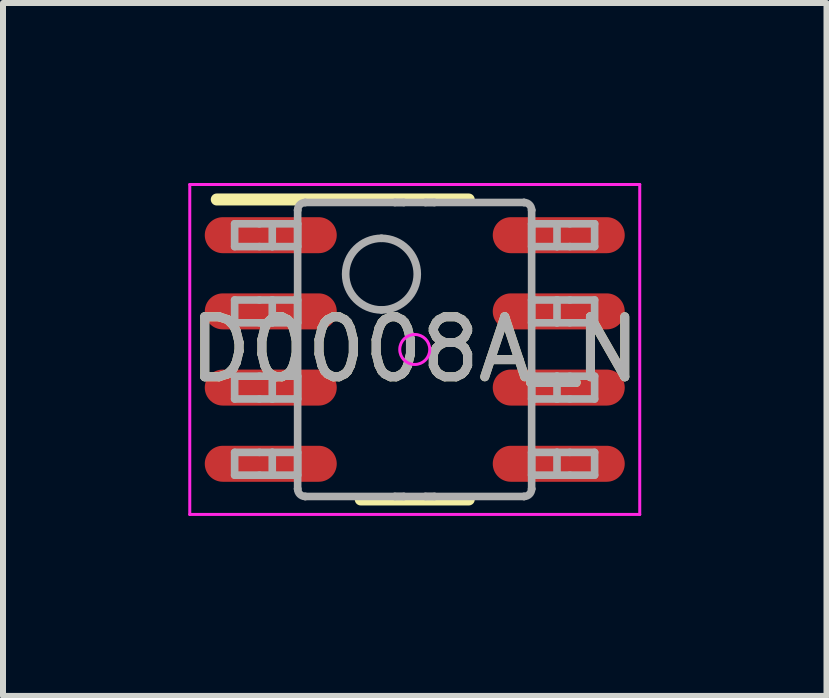
<source format=kicad_pcb>
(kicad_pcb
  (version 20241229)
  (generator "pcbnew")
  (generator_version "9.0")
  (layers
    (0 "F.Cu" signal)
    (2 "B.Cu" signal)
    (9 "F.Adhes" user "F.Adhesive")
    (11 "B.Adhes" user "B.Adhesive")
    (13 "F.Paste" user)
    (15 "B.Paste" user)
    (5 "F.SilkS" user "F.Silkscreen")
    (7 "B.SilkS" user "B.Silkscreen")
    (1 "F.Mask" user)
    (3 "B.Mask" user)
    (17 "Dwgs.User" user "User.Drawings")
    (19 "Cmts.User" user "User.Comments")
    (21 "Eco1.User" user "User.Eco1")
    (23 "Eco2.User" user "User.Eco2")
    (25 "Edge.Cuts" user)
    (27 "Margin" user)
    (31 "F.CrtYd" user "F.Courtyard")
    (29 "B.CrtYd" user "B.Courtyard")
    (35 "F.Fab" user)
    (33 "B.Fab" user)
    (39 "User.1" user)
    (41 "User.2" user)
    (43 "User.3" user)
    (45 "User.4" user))
  (footprint "D0008A_N"
    (layer "F.Cu")
    (at 3.863 2.775)
    (property "Reference" "D0008A_N" (at 0 0 0) (unlocked yes) (layer "F.SilkS") (effects (font (size 1 1) (thickness 0.15))))
    (attr smd)
    (fp_line (start -3.3 -2.5) (end 0.9 -2.5) (stroke (width 0.2) (type solid)) (layer "F.SilkS"))
    (fp_line (start -0.9 2.5) (end 0.9 2.5) (stroke (width 0.2) (type solid)) (layer "F.SilkS"))
    (fp_line (start -3.75 -2.75) (end 3.75 -2.75) (stroke (width 0.05) (type solid)) (layer "F.CrtYd"))
    (fp_line (start -3.75 2.75) (end -3.75 -2.75) (stroke (width 0.05) (type solid)) (layer "F.CrtYd"))
    (fp_line (start -3.75 2.75) (end 3.75 2.75) (stroke (width 0.05) (type solid)) (layer "F.CrtYd"))
    (fp_line (start 3.75 2.75) (end 3.75 -2.75) (stroke (width 0.05) (type solid)) (layer "F.CrtYd"))
    (fp_circle (center 0 0) (end 0 -0.25) (stroke (width 0.05) (type default)) (fill no) (layer "F.CrtYd"))
    (fp_line (start -3.002 -2.095) (end -2.589 -2.095) (stroke (width 0.127) (type solid)) (layer "F.Fab"))
    (fp_line (start -3.002 -1.715) (end -3.002 -2.095) (stroke (width 0.127) (type solid)) (layer "F.Fab"))
    (fp_line (start -3.002 -1.715) (end -2.589 -1.715) (stroke (width 0.127) (type solid)) (layer "F.Fab"))
    (fp_line (start -3.002 -0.825) (end -2.589 -0.825) (stroke (width 0.127) (type solid)) (layer "F.Fab"))
    (fp_line (start -3.002 -0.445) (end -3.002 -0.825) (stroke (width 0.127) (type solid)) (layer "F.Fab"))
    (fp_line (start -3.002 -0.445) (end -2.589 -0.445) (stroke (width 0.127) (type solid)) (layer "F.Fab"))
    (fp_line (start -3.002 0.445) (end -2.589 0.445) (stroke (width 0.127) (type solid)) (layer "F.Fab"))
    (fp_line (start -3.002 0.825) (end -3.002 0.445) (stroke (width 0.127) (type solid)) (layer "F.Fab"))
    (fp_line (start -3.002 0.825) (end -2.589 0.825) (stroke (width 0.127) (type solid)) (layer "F.Fab"))
    (fp_line (start -3.002 1.715) (end -2.589 1.715) (stroke (width 0.127) (type solid)) (layer "F.Fab"))
    (fp_line (start -3.002 2.095) (end -3.002 1.715) (stroke (width 0.127) (type solid)) (layer "F.Fab"))
    (fp_line (start -3.002 2.095) (end -2.589 2.095) (stroke (width 0.127) (type solid)) (layer "F.Fab"))
    (fp_line (start -2.589 -2.095) (end -2.375 -2.095) (stroke (width 0.127) (type solid)) (layer "F.Fab"))
    (fp_line (start -2.589 -1.715) (end -2.375 -1.715) (stroke (width 0.127) (type solid)) (layer "F.Fab"))
    (fp_line (start -2.589 -0.825) (end -2.375 -0.825) (stroke (width 0.127) (type solid)) (layer "F.Fab"))
    (fp_line (start -2.589 -0.445) (end -2.375 -0.445) (stroke (width 0.127) (type solid)) (layer "F.Fab"))
    (fp_line (start -2.589 0.445) (end -2.375 0.445) (stroke (width 0.127) (type solid)) (layer "F.Fab"))
    (fp_line (start -2.589 0.825) (end -2.375 0.825) (stroke (width 0.127) (type solid)) (layer "F.Fab"))
    (fp_line (start -2.589 1.715) (end -2.375 1.715) (stroke (width 0.127) (type solid)) (layer "F.Fab"))
    (fp_line (start -2.589 2.095) (end -2.375 2.095) (stroke (width 0.127) (type solid)) (layer "F.Fab"))
    (fp_line (start -2.375 -2.095) (end -1.995 -2.095) (stroke (width 0.127) (type solid)) (layer "F.Fab"))
    (fp_line (start -2.375 -1.715) (end -2.375 -2.095) (stroke (width 0.127) (type solid)) (layer "F.Fab"))
    (fp_line (start -2.375 -1.715) (end -1.995 -1.715) (stroke (width 0.127) (type solid)) (layer "F.Fab"))
    (fp_line (start -2.375 -0.825) (end -1.995 -0.825) (stroke (width 0.127) (type solid)) (layer "F.Fab"))
    (fp_line (start -2.375 -0.445) (end -2.375 -0.825) (stroke (width 0.127) (type solid)) (layer "F.Fab"))
    (fp_line (start -2.375 -0.445) (end -1.995 -0.445) (stroke (width 0.127) (type solid)) (layer "F.Fab"))
    (fp_line (start -2.375 0.445) (end -1.995 0.445) (stroke (width 0.127) (type solid)) (layer "F.Fab"))
    (fp_line (start -2.375 0.825) (end -2.375 0.445) (stroke (width 0.127) (type solid)) (layer "F.Fab"))
    (fp_line (start -2.375 0.825) (end -1.995 0.825) (stroke (width 0.127) (type solid)) (layer "F.Fab"))
    (fp_line (start -2.375 1.715) (end -1.995 1.715) (stroke (width 0.127) (type solid)) (layer "F.Fab"))
    (fp_line (start -2.375 2.095) (end -2.375 1.715) (stroke (width 0.127) (type solid)) (layer "F.Fab"))
    (fp_line (start -2.375 2.095) (end -1.995 2.095) (stroke (width 0.127) (type solid)) (layer "F.Fab"))
    (fp_line (start -1.995 -2.095) (end -1.952 -2.095) (stroke (width 0.127) (type solid)) (layer "F.Fab"))
    (fp_line (start -1.995 -1.715) (end -1.952 -1.715) (stroke (width 0.127) (type solid)) (layer "F.Fab"))
    (fp_line (start -1.995 -0.825) (end -1.952 -0.825) (stroke (width 0.127) (type solid)) (layer "F.Fab"))
    (fp_line (start -1.995 -0.445) (end -1.952 -0.445) (stroke (width 0.127) (type solid)) (layer "F.Fab"))
    (fp_line (start -1.995 0.445) (end -1.952 0.445) (stroke (width 0.127) (type solid)) (layer "F.Fab"))
    (fp_line (start -1.995 0.825) (end -1.952 0.825) (stroke (width 0.127) (type solid)) (layer "F.Fab"))
    (fp_line (start -1.995 1.715) (end -1.952 1.715) (stroke (width 0.127) (type solid)) (layer "F.Fab"))
    (fp_line (start -1.995 2.095) (end -1.952 2.095) (stroke (width 0.127) (type solid)) (layer "F.Fab"))
    (fp_line (start -1.952 -2.323) (end -1.952 -2.324) (stroke (width 0.127) (type solid)) (layer "F.Fab"))
    (fp_line (start -1.952 -1.715) (end -1.952 -2.095) (stroke (width 0.127) (type solid)) (layer "F.Fab"))
    (fp_line (start -1.952 -0.445) (end -1.952 -0.825) (stroke (width 0.127) (type solid)) (layer "F.Fab"))
    (fp_line (start -1.952 0.825) (end -1.952 0.445) (stroke (width 0.127) (type solid)) (layer "F.Fab"))
    (fp_line (start -1.952 2.095) (end -1.952 1.715) (stroke (width 0.127) (type solid)) (layer "F.Fab"))
    (fp_line (start -1.952 2.323) (end -1.952 -2.323) (stroke (width 0.127) (type solid)) (layer "F.Fab"))
    (fp_line (start -1.952 2.324) (end -1.952 2.323) (stroke (width 0.127) (type solid)) (layer "F.Fab"))
    (fp_line (start -1.826 -2.45) (end -1.825 -2.45) (stroke (width 0.127) (type solid)) (layer "F.Fab"))
    (fp_line (start -1.826 2.45) (end -1.825 2.45) (stroke (width 0.127) (type solid)) (layer "F.Fab"))
    (fp_line (start -1.825 -2.45) (end -0.332 -2.45) (stroke (width 0.127) (type solid)) (layer "F.Fab"))
    (fp_line (start -1.825 2.45) (end -0.332 2.45) (stroke (width 0.127) (type solid)) (layer "F.Fab"))
    (fp_line (start -0.332 -2.45) (end -0.182 -2.45) (stroke (width 0.127) (type solid)) (layer "F.Fab"))
    (fp_line (start -0.332 -2.45) (end -0.182 -2.45) (stroke (width 0.127) (type solid)) (layer "F.Fab"))
    (fp_line (start -0.332 2.45) (end -0.182 2.45) (stroke (width 0.127) (type solid)) (layer "F.Fab"))
    (fp_line (start -0.332 2.45) (end -0.182 2.45) (stroke (width 0.127) (type solid)) (layer "F.Fab"))
    (fp_line (start -0.182 -2.45) (end 0.178 -2.45) (stroke (width 0.127) (type solid)) (layer "F.Fab"))
    (fp_line (start -0.182 2.45) (end 0.178 2.45) (stroke (width 0.127) (type solid)) (layer "F.Fab"))
    (fp_line (start 0.178 -2.45) (end 0.328 -2.45) (stroke (width 0.127) (type solid)) (layer "F.Fab"))
    (fp_line (start 0.178 -2.45) (end 0.328 -2.45) (stroke (width 0.127) (type solid)) (layer "F.Fab"))
    (fp_line (start 0.178 2.45) (end 0.328 2.45) (stroke (width 0.127) (type solid)) (layer "F.Fab"))
    (fp_line (start 0.178 2.45) (end 0.328 2.45) (stroke (width 0.127) (type solid)) (layer "F.Fab"))
    (fp_line (start 0.328 -2.45) (end 1.821 -2.45) (stroke (width 0.127) (type solid)) (layer "F.Fab"))
    (fp_line (start 0.328 2.45) (end 1.821 2.45) (stroke (width 0.127) (type solid)) (layer "F.Fab"))
    (fp_line (start 1.821 -2.45) (end 1.822 -2.45) (stroke (width 0.127) (type solid)) (layer "F.Fab"))
    (fp_line (start 1.821 2.45) (end 1.822 2.45) (stroke (width 0.127) (type solid)) (layer "F.Fab"))
    (fp_line (start 1.948 -2.323) (end 1.948 -2.324) (stroke (width 0.127) (type solid)) (layer "F.Fab"))
    (fp_line (start 1.948 -2.095) (end 1.991 -2.095) (stroke (width 0.127) (type solid)) (layer "F.Fab"))
    (fp_line (start 1.948 -1.715) (end 1.948 -2.095) (stroke (width 0.127) (type solid)) (layer "F.Fab"))
    (fp_line (start 1.948 -1.715) (end 1.991 -1.715) (stroke (width 0.127) (type solid)) (layer "F.Fab"))
    (fp_line (start 1.948 -0.825) (end 1.991 -0.825) (stroke (width 0.127) (type solid)) (layer "F.Fab"))
    (fp_line (start 1.948 -0.445) (end 1.948 -0.825) (stroke (width 0.127) (type solid)) (layer "F.Fab"))
    (fp_line (start 1.948 -0.445) (end 1.991 -0.445) (stroke (width 0.127) (type solid)) (layer "F.Fab"))
    (fp_line (start 1.948 0.445) (end 1.991 0.445) (stroke (width 0.127) (type solid)) (layer "F.Fab"))
    (fp_line (start 1.948 0.825) (end 1.948 0.445) (stroke (width 0.127) (type solid)) (layer "F.Fab"))
    (fp_line (start 1.948 0.825) (end 1.991 0.825) (stroke (width 0.127) (type solid)) (layer "F.Fab"))
    (fp_line (start 1.948 1.715) (end 1.991 1.715) (stroke (width 0.127) (type solid)) (layer "F.Fab"))
    (fp_line (start 1.948 2.095) (end 1.948 1.715) (stroke (width 0.127) (type solid)) (layer "F.Fab"))
    (fp_line (start 1.948 2.095) (end 1.991 2.095) (stroke (width 0.127) (type solid)) (layer "F.Fab"))
    (fp_line (start 1.948 2.323) (end 1.948 -2.323) (stroke (width 0.127) (type solid)) (layer "F.Fab"))
    (fp_line (start 1.948 2.324) (end 1.948 2.323) (stroke (width 0.127) (type solid)) (layer "F.Fab"))
    (fp_line (start 1.991 -2.095) (end 2.371 -2.095) (stroke (width 0.127) (type solid)) (layer "F.Fab"))
    (fp_line (start 1.991 -1.715) (end 2.371 -1.715) (stroke (width 0.127) (type solid)) (layer "F.Fab"))
    (fp_line (start 1.991 -0.825) (end 2.371 -0.825) (stroke (width 0.127) (type solid)) (layer "F.Fab"))
    (fp_line (start 1.991 -0.445) (end 2.371 -0.445) (stroke (width 0.127) (type solid)) (layer "F.Fab"))
    (fp_line (start 1.991 0.445) (end 2.371 0.445) (stroke (width 0.127) (type solid)) (layer "F.Fab"))
    (fp_line (start 1.991 0.825) (end 2.371 0.825) (stroke (width 0.127) (type solid)) (layer "F.Fab"))
    (fp_line (start 1.991 1.715) (end 2.371 1.715) (stroke (width 0.127) (type solid)) (layer "F.Fab"))
    (fp_line (start 1.991 2.095) (end 2.371 2.095) (stroke (width 0.127) (type solid)) (layer "F.Fab"))
    (fp_line (start 2.371 -2.095) (end 2.585 -2.095) (stroke (width 0.127) (type solid)) (layer "F.Fab"))
    (fp_line (start 2.371 -1.715) (end 2.371 -2.095) (stroke (width 0.127) (type solid)) (layer "F.Fab"))
    (fp_line (start 2.371 -1.715) (end 2.585 -1.715) (stroke (width 0.127) (type solid)) (layer "F.Fab"))
    (fp_line (start 2.371 -0.825) (end 2.585 -0.825) (stroke (width 0.127) (type solid)) (layer "F.Fab"))
    (fp_line (start 2.371 -0.445) (end 2.371 -0.825) (stroke (width 0.127) (type solid)) (layer "F.Fab"))
    (fp_line (start 2.371 -0.445) (end 2.585 -0.445) (stroke (width 0.127) (type solid)) (layer "F.Fab"))
    (fp_line (start 2.371 0.445) (end 2.585 0.445) (stroke (width 0.127) (type solid)) (layer "F.Fab"))
    (fp_line (start 2.371 0.825) (end 2.371 0.445) (stroke (width 0.127) (type solid)) (layer "F.Fab"))
    (fp_line (start 2.371 0.825) (end 2.585 0.825) (stroke (width 0.127) (type solid)) (layer "F.Fab"))
    (fp_line (start 2.371 1.715) (end 2.585 1.715) (stroke (width 0.127) (type solid)) (layer "F.Fab"))
    (fp_line (start 2.371 2.095) (end 2.371 1.715) (stroke (width 0.127) (type solid)) (layer "F.Fab"))
    (fp_line (start 2.371 2.095) (end 2.585 2.095) (stroke (width 0.127) (type solid)) (layer "F.Fab"))
    (fp_line (start 2.585 -2.095) (end 2.998 -2.095) (stroke (width 0.127) (type solid)) (layer "F.Fab"))
    (fp_line (start 2.585 -1.715) (end 2.998 -1.715) (stroke (width 0.127) (type solid)) (layer "F.Fab"))
    (fp_line (start 2.585 -0.825) (end 2.998 -0.825) (stroke (width 0.127) (type solid)) (layer "F.Fab"))
    (fp_line (start 2.585 -0.445) (end 2.998 -0.445) (stroke (width 0.127) (type solid)) (layer "F.Fab"))
    (fp_line (start 2.585 0.445) (end 2.998 0.445) (stroke (width 0.127) (type solid)) (layer "F.Fab"))
    (fp_line (start 2.585 0.825) (end 2.998 0.825) (stroke (width 0.127) (type solid)) (layer "F.Fab"))
    (fp_line (start 2.585 1.715) (end 2.998 1.715) (stroke (width 0.127) (type solid)) (layer "F.Fab"))
    (fp_line (start 2.585 2.095) (end 2.998 2.095) (stroke (width 0.127) (type solid)) (layer "F.Fab"))
    (fp_line (start 2.998 -1.715) (end 2.998 -2.095) (stroke (width 0.127) (type solid)) (layer "F.Fab"))
    (fp_line (start 2.998 -0.445) (end 2.998 -0.825) (stroke (width 0.127) (type solid)) (layer "F.Fab"))
    (fp_line (start 2.998 0.825) (end 2.998 0.445) (stroke (width 0.127) (type solid)) (layer "F.Fab"))
    (fp_line (start 2.998 2.095) (end 2.998 1.715) (stroke (width 0.127) (type solid)) (layer "F.Fab"))
    (fp_arc (start -1.952002 -2.323941) (mid -1.914806 -2.412806) (end -1.825941 -2.450002) (stroke (width 0.127) (type solid)) (layer "F.Fab"))
    (fp_arc (start -1.825941 2.449992) (mid -1.914806 2.412795) (end -1.952002 2.323931) (stroke (width 0.127) (type solid)) (layer "F.Fab"))
    (fp_arc (start -0.555 -1.8531) (mid 0.0419 -1.2562) (end -0.555 -0.6593) (stroke (width 0.127) (type solid)) (layer "F.Fab"))
    (fp_arc (start -0.555 -0.6593) (mid -1.1519 -1.2562) (end -0.555 -1.8531) (stroke (width 0.127) (type solid)) (layer "F.Fab"))
    (fp_arc (start 1.821933 -2.450002) (mid 1.910797 -2.412806) (end 1.947994 -2.323941) (stroke (width 0.127) (type solid)) (layer "F.Fab"))
    (fp_arc (start 1.947994 2.323931) (mid 1.910797 2.412795) (end 1.821933 2.449992) (stroke (width 0.127) (type solid)) (layer "F.Fab"))
    (fp_text user "${REFERENCE}" (at 0 0 0) (unlocked yes) (layer "F.Fab") (effects (font (size 1 1) (thickness 0.15))))
    (pad "1" smd oval (at -2.4 -1.905 90) (size 0.6 2.2) (layers "F.Cu" "F.Mask" "F.Paste"))
    (pad "2" smd oval (at -2.4 -0.635 90) (size 0.6 2.2) (layers "F.Cu" "F.Mask" "F.Paste"))
    (pad "3" smd oval (at -2.4 0.635 90) (size 0.6 2.2) (layers "F.Cu" "F.Mask" "F.Paste"))
    (pad "4" smd oval (at -2.4 1.905 90) (size 0.6 2.2) (layers "F.Cu" "F.Mask" "F.Paste"))
    (pad "5" smd oval (at 2.4 1.905 90) (size 0.6 2.2) (layers "F.Cu" "F.Mask" "F.Paste"))
    (pad "6" smd oval (at 2.4 0.635 90) (size 0.6 2.2) (layers "F.Cu" "F.Mask" "F.Paste"))
    (pad "7" smd oval (at 2.4 -0.635 90) (size 0.6 2.2) (layers "F.Cu" "F.Mask" "F.Paste"))
    (pad "8" smd oval (at 2.4 -1.905 90) (size 0.6 2.2) (layers "F.Cu" "F.Mask" "F.Paste")))
  (gr_rect
    (start -3 -3)
    (end 10.726 8.55)
    (stroke (width 0.1) (type default))
    (fill no)
    (layer "Edge.Cuts")))
</source>
